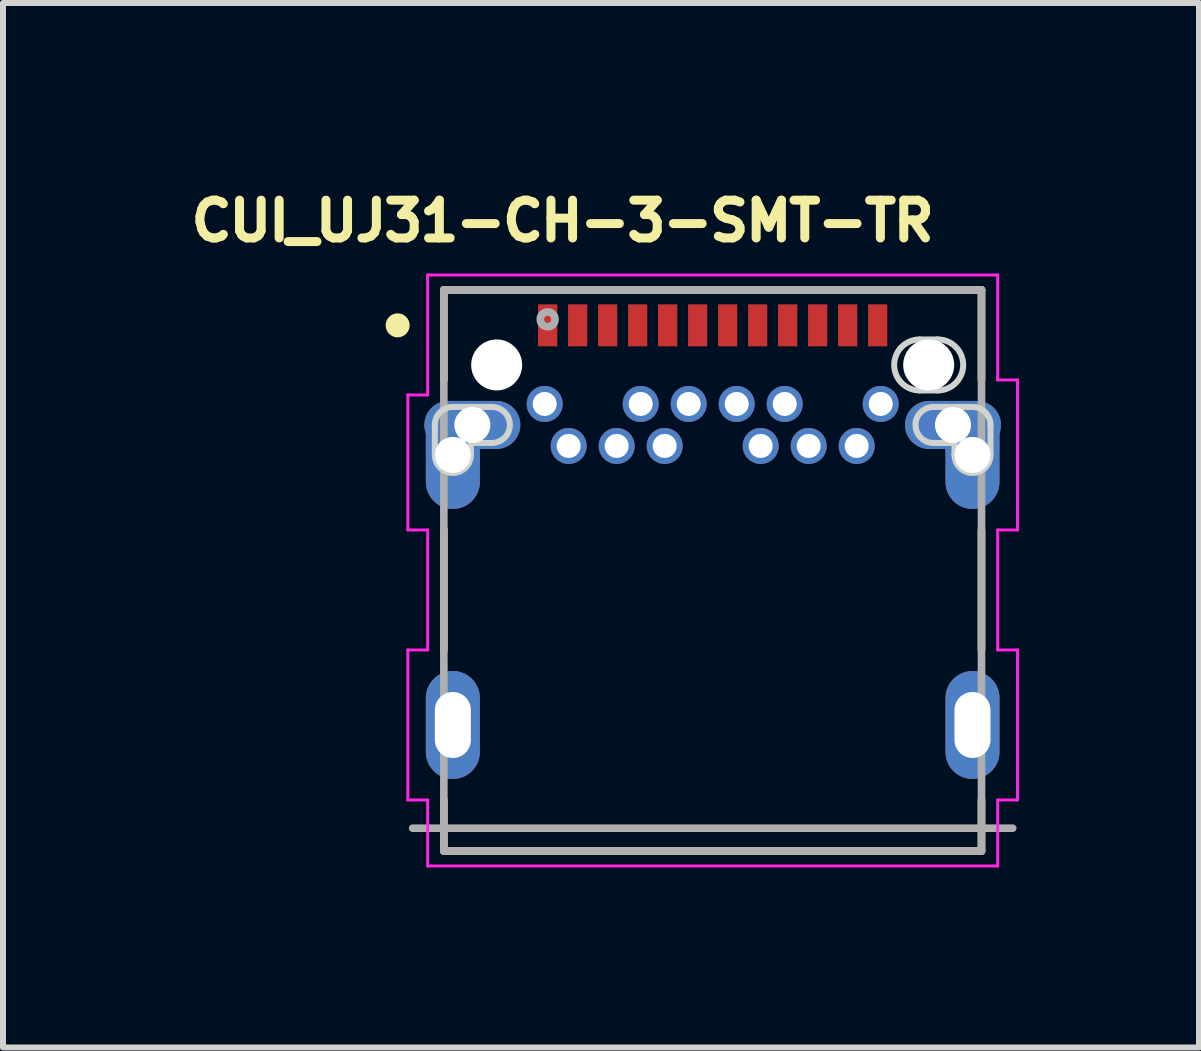
<source format=kicad_pcb>
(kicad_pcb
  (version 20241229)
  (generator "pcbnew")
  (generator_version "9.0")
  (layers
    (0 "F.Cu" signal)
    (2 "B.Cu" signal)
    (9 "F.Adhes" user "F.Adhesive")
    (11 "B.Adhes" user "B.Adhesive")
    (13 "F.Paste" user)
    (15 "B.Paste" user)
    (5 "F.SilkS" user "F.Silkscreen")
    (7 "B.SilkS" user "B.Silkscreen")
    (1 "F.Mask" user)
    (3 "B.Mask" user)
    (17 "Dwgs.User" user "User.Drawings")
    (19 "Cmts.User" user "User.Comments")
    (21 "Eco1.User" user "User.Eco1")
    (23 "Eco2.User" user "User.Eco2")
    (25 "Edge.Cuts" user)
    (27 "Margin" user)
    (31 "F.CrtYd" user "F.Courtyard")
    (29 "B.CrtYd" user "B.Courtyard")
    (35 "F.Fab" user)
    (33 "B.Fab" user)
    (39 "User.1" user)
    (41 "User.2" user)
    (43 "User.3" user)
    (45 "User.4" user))
  (footprint "CUI_UJ31-CH-3-SMT-TR"
    (layer "F.Cu")
    (at 6.077 2.372)
    (property "Reference" "CUI_UJ31-CH-3-SMT-TR" (at 0.25 -1.74 0) (layer "F.SilkS") (effects (font (size 0.63 0.63) (thickness 0.15))))
    (attr through_hole)
    (fp_poly (pts (xy 6.2 0.135) (xy 6.5 0.135) (xy 6.555 0.138) (xy 6.609 0.146) (xy 6.662 0.161) (xy 6.714 0.18) (xy 6.763 0.205) (xy 6.809 0.235) (xy 6.851 0.27) (xy 6.89 0.309) (xy 6.925 0.351) (xy 6.955 0.398) (xy 6.98 0.446) (xy 6.999 0.498) (xy 7.014 0.551) (xy 7.022 0.605) (xy 7.025 0.66) (xy 7.022 0.715) (xy 7.014 0.769) (xy 6.999 0.822) (xy 6.98 0.874) (xy 6.955 0.922) (xy 6.925 0.969) (xy 6.89 1.011) (xy 6.851 1.05) (xy 6.809 1.085) (xy 6.763 1.115) (xy 6.714 1.14) (xy 6.662 1.159) (xy 6.609 1.174) (xy 6.555 1.182) (xy 6.5 1.185) (xy 6.2 1.185) (xy 6.145 1.182) (xy 6.091 1.174) (xy 6.038 1.159) (xy 5.986 1.14) (xy 5.938 1.115) (xy 5.891 1.085) (xy 5.849 1.05) (xy 5.81 1.011) (xy 5.775 0.969) (xy 5.745 0.923) (xy 5.72 0.874) (xy 5.701 0.822) (xy 5.686 0.769) (xy 5.678 0.715) (xy 5.675 0.66) (xy 5.678 0.605) (xy 5.686 0.551) (xy 5.701 0.498) (xy 5.72 0.446) (xy 5.745 0.398) (xy 5.775 0.351) (xy 5.81 0.309) (xy 5.849 0.27) (xy 5.891 0.235) (xy 5.938 0.205) (xy 5.986 0.18) (xy 6.038 0.161) (xy 6.091 0.146) (xy 6.145 0.138) (xy 6.2 0.135)) (stroke (width 0.05) (type solid)) (fill yes) (layer "F.Mask"))
    (fp_poly (pts (xy 6.2 0.135) (xy 6.5 0.135) (xy 6.555 0.138) (xy 6.609 0.146) (xy 6.662 0.161) (xy 6.714 0.18) (xy 6.763 0.205) (xy 6.809 0.235) (xy 6.851 0.27) (xy 6.89 0.309) (xy 6.925 0.351) (xy 6.955 0.398) (xy 6.98 0.446) (xy 6.999 0.498) (xy 7.014 0.551) (xy 7.022 0.605) (xy 7.025 0.66) (xy 7.022 0.715) (xy 7.014 0.769) (xy 6.999 0.822) (xy 6.98 0.874) (xy 6.955 0.922) (xy 6.925 0.969) (xy 6.89 1.011) (xy 6.851 1.05) (xy 6.809 1.085) (xy 6.763 1.115) (xy 6.714 1.14) (xy 6.662 1.159) (xy 6.609 1.174) (xy 6.555 1.182) (xy 6.5 1.185) (xy 6.2 1.185) (xy 6.145 1.182) (xy 6.091 1.174) (xy 6.038 1.159) (xy 5.986 1.14) (xy 5.938 1.115) (xy 5.891 1.085) (xy 5.849 1.05) (xy 5.81 1.011) (xy 5.775 0.969) (xy 5.745 0.923) (xy 5.72 0.874) (xy 5.701 0.822) (xy 5.686 0.769) (xy 5.678 0.715) (xy 5.675 0.66) (xy 5.678 0.605) (xy 5.686 0.551) (xy 5.701 0.498) (xy 5.72 0.446) (xy 5.745 0.398) (xy 5.775 0.351) (xy 5.81 0.309) (xy 5.849 0.27) (xy 5.891 0.235) (xy 5.938 0.205) (xy 5.986 0.18) (xy 6.038 0.161) (xy 6.091 0.146) (xy 6.145 0.138) (xy 6.2 0.135)) (stroke (width 0.05) (type solid)) (fill yes) (layer "B.Mask"))
    (fp_line (start -1.73 -0.59) (end -1.73 0.91) (stroke (width 0.127) (type solid)) (layer "F.SilkS"))
    (fp_line (start -1.73 -0.59) (end 7.23 -0.59) (stroke (width 0.127) (type solid)) (layer "F.SilkS"))
    (fp_line (start -1.73 3.41) (end -1.73 5.41) (stroke (width 0.127) (type solid)) (layer "F.SilkS"))
    (fp_line (start -1.73 7.91) (end -1.73 8.76) (stroke (width 0.127) (type solid)) (layer "F.SilkS"))
    (fp_line (start -1.73 8.76) (end 7.23 8.76) (stroke (width 0.127) (type solid)) (layer "F.SilkS"))
    (fp_line (start 7.23 -0.59) (end 7.23 0.91) (stroke (width 0.127) (type solid)) (layer "F.SilkS"))
    (fp_line (start 7.23 5.41) (end 7.23 3.41) (stroke (width 0.127) (type solid)) (layer "F.SilkS"))
    (fp_line (start 7.23 8.76) (end 7.23 7.91) (stroke (width 0.127) (type solid)) (layer "F.SilkS"))
    (fp_circle (center -2.5 0) (end -2.4 0) (stroke (width 0.2) (type solid)) (fill no) (layer "F.SilkS"))
    (fp_line (start -1.88 2.16) (end -1.88 1.66) (stroke (width 0.1) (type solid)) (layer "Edge.Cuts"))
    (fp_line (start -1.58 1.36) (end -0.93 1.36) (stroke (width 0.1) (type solid)) (layer "Edge.Cuts"))
    (fp_line (start -1.28 1.96) (end -1.28 2.16) (stroke (width 0.1) (type solid)) (layer "Edge.Cuts"))
    (fp_line (start -0.93 1.96) (end -1.28 1.96) (stroke (width 0.1) (type solid)) (layer "Edge.Cuts"))
    (fp_line (start 6.2 0.235) (end 6.5 0.235) (stroke (width 0.1) (type solid)) (layer "Edge.Cuts"))
    (fp_line (start 6.2 1.085) (end 6.5 1.085) (stroke (width 0.1) (type solid)) (layer "Edge.Cuts"))
    (fp_line (start 6.43 1.36) (end 7.08 1.36) (stroke (width 0.1) (type solid)) (layer "Edge.Cuts"))
    (fp_line (start 6.78 1.96) (end 6.43 1.96) (stroke (width 0.1) (type solid)) (layer "Edge.Cuts"))
    (fp_line (start 6.78 1.96) (end 6.78 2.16) (stroke (width 0.1) (type solid)) (layer "Edge.Cuts"))
    (fp_line (start 7.38 2.16) (end 7.38 1.66) (stroke (width 0.1) (type solid)) (layer "Edge.Cuts"))
    (fp_arc (start -1.88 1.66) (mid -1.792132 1.447868) (end -1.58 1.36) (stroke (width 0.1) (type solid)) (layer "Edge.Cuts"))
    (fp_arc (start -1.28 2.16) (mid -1.58 2.46) (end -1.88 2.16) (stroke (width 0.1) (type solid)) (layer "Edge.Cuts"))
    (fp_arc (start -0.93 1.36) (mid -0.63 1.66) (end -0.93 1.96) (stroke (width 0.1) (type solid)) (layer "Edge.Cuts"))
    (fp_arc (start 6.2 1.085) (mid 5.775 0.66) (end 6.2 0.235) (stroke (width 0.1) (type solid)) (layer "Edge.Cuts"))
    (fp_arc (start 6.43 1.96) (mid 6.13 1.66) (end 6.43 1.36) (stroke (width 0.1) (type solid)) (layer "Edge.Cuts"))
    (fp_arc (start 6.5 0.235) (mid 6.925 0.66) (end 6.5 1.085) (stroke (width 0.1) (type solid)) (layer "Edge.Cuts"))
    (fp_arc (start 7.08 1.36) (mid 7.292132 1.447868) (end 7.38 1.66) (stroke (width 0.1) (type solid)) (layer "Edge.Cuts"))
    (fp_arc (start 7.38 2.16) (mid 7.08 2.46) (end 6.78 2.16) (stroke (width 0.1) (type solid)) (layer "Edge.Cuts"))
    (fp_line (start -2.33 1.16) (end -2 1.16) (stroke (width 0.05) (type solid)) (layer "F.CrtYd"))
    (fp_line (start -2.33 3.41) (end -2.33 1.16) (stroke (width 0.05) (type solid)) (layer "F.CrtYd"))
    (fp_line (start -2.33 5.41) (end -2 5.41) (stroke (width 0.05) (type solid)) (layer "F.CrtYd"))
    (fp_line (start -2.33 7.91) (end -2.33 5.41) (stroke (width 0.05) (type solid)) (layer "F.CrtYd"))
    (fp_line (start -2 -0.84) (end 7.5 -0.84) (stroke (width 0.05) (type solid)) (layer "F.CrtYd"))
    (fp_line (start -2 1.16) (end -2 -0.84) (stroke (width 0.05) (type solid)) (layer "F.CrtYd"))
    (fp_line (start -2 3.41) (end -2.33 3.41) (stroke (width 0.05) (type solid)) (layer "F.CrtYd"))
    (fp_line (start -2 5.41) (end -2 3.41) (stroke (width 0.05) (type solid)) (layer "F.CrtYd"))
    (fp_line (start -2 7.91) (end -2.33 7.91) (stroke (width 0.05) (type solid)) (layer "F.CrtYd"))
    (fp_line (start -2 9.01) (end -2 7.91) (stroke (width 0.05) (type solid)) (layer "F.CrtYd"))
    (fp_line (start 7.5 -0.84) (end 7.5 0.91) (stroke (width 0.05) (type solid)) (layer "F.CrtYd"))
    (fp_line (start 7.5 0.91) (end 7.83 0.91) (stroke (width 0.05) (type solid)) (layer "F.CrtYd"))
    (fp_line (start 7.5 3.41) (end 7.5 5.41) (stroke (width 0.05) (type solid)) (layer "F.CrtYd"))
    (fp_line (start 7.5 5.41) (end 7.83 5.41) (stroke (width 0.05) (type solid)) (layer "F.CrtYd"))
    (fp_line (start 7.5 7.91) (end 7.5 9.01) (stroke (width 0.05) (type solid)) (layer "F.CrtYd"))
    (fp_line (start 7.5 9.01) (end -2 9.01) (stroke (width 0.05) (type solid)) (layer "F.CrtYd"))
    (fp_line (start 7.83 0.91) (end 7.83 3.41) (stroke (width 0.05) (type solid)) (layer "F.CrtYd"))
    (fp_line (start 7.83 3.41) (end 7.5 3.41) (stroke (width 0.05) (type solid)) (layer "F.CrtYd"))
    (fp_line (start 7.83 5.41) (end 7.83 7.91) (stroke (width 0.05) (type solid)) (layer "F.CrtYd"))
    (fp_line (start 7.83 7.91) (end 7.5 7.91) (stroke (width 0.05) (type solid)) (layer "F.CrtYd"))
    (fp_line (start -2.25 8.38) (end 7.75 8.38) (stroke (width 0.127) (type solid)) (layer "F.Fab"))
    (fp_line (start -1.73 -0.59) (end 7.23 -0.59) (stroke (width 0.127) (type solid)) (layer "F.Fab"))
    (fp_line (start -1.73 8.76) (end -1.73 -0.59) (stroke (width 0.127) (type solid)) (layer "F.Fab"))
    (fp_line (start 7.23 -0.59) (end 7.23 8.76) (stroke (width 0.127) (type solid)) (layer "F.Fab"))
    (fp_line (start 7.23 8.76) (end -1.73 8.76) (stroke (width 0.127) (type solid)) (layer "F.Fab"))
    (fp_circle (center 0 -0.1) (end 0.06 -0.1) (stroke (width 0.127) (type solid)) (fill no) (layer "F.Fab"))
    (pad "" np_thru_hole circle (at -0.85 0.66) (size 0.85 0.85) (drill 0.85) (layers "*.Cu" "*.Mask"))
    (pad "" np_thru_hole circle (at 6.35 0.66) (size 0.85 0.85) (drill 0.85) (layers "*.Cu" "*.Mask"))
    (pad "A1" smd rect (at 0 0) (size 0.32 0.7) (layers "F.Cu" "F.Mask" "F.Paste"))
    (pad "A2" smd rect (at 0.5 0) (size 0.32 0.7) (layers "F.Cu" "F.Mask" "F.Paste"))
    (pad "A3" smd rect (at 1 0) (size 0.32 0.7) (layers "F.Cu" "F.Mask" "F.Paste"))
    (pad "A4" smd rect (at 1.5 0) (size 0.32 0.7) (layers "F.Cu" "F.Mask" "F.Paste"))
    (pad "A5" smd rect (at 2 0) (size 0.32 0.7) (layers "F.Cu" "F.Mask" "F.Paste"))
    (pad "A6" smd rect (at 2.5 0) (size 0.32 0.7) (layers "F.Cu" "F.Mask" "F.Paste"))
    (pad "A7" smd rect (at 3 0) (size 0.32 0.7) (layers "F.Cu" "F.Mask" "F.Paste"))
    (pad "A8" smd rect (at 3.5 0) (size 0.32 0.7) (layers "F.Cu" "F.Mask" "F.Paste"))
    (pad "A9" smd rect (at 4 0) (size 0.32 0.7) (layers "F.Cu" "F.Mask" "F.Paste"))
    (pad "A10" smd rect (at 4.5 0) (size 0.32 0.7) (layers "F.Cu" "F.Mask" "F.Paste"))
    (pad "A11" smd rect (at 5 0) (size 0.32 0.7) (layers "F.Cu" "F.Mask" "F.Paste"))
    (pad "A12" smd rect (at 5.5 0) (size 0.32 0.7) (layers "F.Cu" "F.Mask" "F.Paste"))
    (pad "B1" thru_hole circle (at 5.55 1.31) (size 0.6 0.6) (drill 0.4) (layers "*.Cu" "*.Mask"))
    (pad "B2" thru_hole circle (at 5.15 2.01) (size 0.6 0.6) (drill 0.4) (layers "*.Cu" "*.Mask"))
    (pad "B3" thru_hole circle (at 4.35 2.01) (size 0.6 0.6) (drill 0.4) (layers "*.Cu" "*.Mask"))
    (pad "B4" thru_hole circle (at 3.95 1.31) (size 0.6 0.6) (drill 0.4) (layers "*.Cu" "*.Mask"))
    (pad "B5" thru_hole circle (at 3.55 2.01) (size 0.6 0.6) (drill 0.4) (layers "*.Cu" "*.Mask"))
    (pad "B6" thru_hole circle (at 3.15 1.31) (size 0.6 0.6) (drill 0.4) (layers "*.Cu" "*.Mask"))
    (pad "B7" thru_hole circle (at 2.35 1.31) (size 0.6 0.6) (drill 0.4) (layers "*.Cu" "*.Mask"))
    (pad "B8" thru_hole circle (at 1.95 2.01) (size 0.6 0.6) (drill 0.4) (layers "*.Cu" "*.Mask"))
    (pad "B9" thru_hole circle (at 1.55 1.31) (size 0.6 0.6) (drill 0.4) (layers "*.Cu" "*.Mask"))
    (pad "B10" thru_hole circle (at 1.15 2.01) (size 0.6 0.6) (drill 0.4) (layers "*.Cu" "*.Mask"))
    (pad "B11" thru_hole circle (at 0.35 2.01) (size 0.6 0.6) (drill 0.4) (layers "*.Cu" "*.Mask"))
    (pad "B12" thru_hole circle (at -0.05 1.31) (size 0.6 0.6) (drill 0.4) (layers "*.Cu" "*.Mask"))
    (pad "SH1" thru_hole oval (at -1.255 1.66) (size 1.6 0.8) (drill 0.6) (layers "*.Cu" "*.Mask"))
    (pad "SH2" thru_hole oval (at 6.755 1.66) (size 1.6 0.8) (drill 0.6) (layers "*.Cu" "*.Mask"))
    (pad "SH3" thru_hole oval (at -1.58 2.16) (size 0.9 1.8) (drill 0.6) (layers "*.Cu" "*.Mask"))
    (pad "SH4" thru_hole oval (at 7.08 2.16) (size 0.9 1.8) (drill 0.6) (layers "*.Cu" "*.Mask"))
    (pad "SH5" thru_hole oval (at -1.58 6.66) (size 0.9 1.8) (drill oval 0.6 1.1) (layers "*.Cu" "*.Mask"))
    (pad "SH6" thru_hole oval (at 7.08 6.66) (size 0.9 1.8) (drill oval 0.6 1.1) (layers "*.Cu" "*.Mask")))
  (gr_rect
    (start -3 -3)
    (end 16.932 14.407)
    (stroke (width 0.1) (type default))
    (fill no)
    (layer "Edge.Cuts")))
</source>
